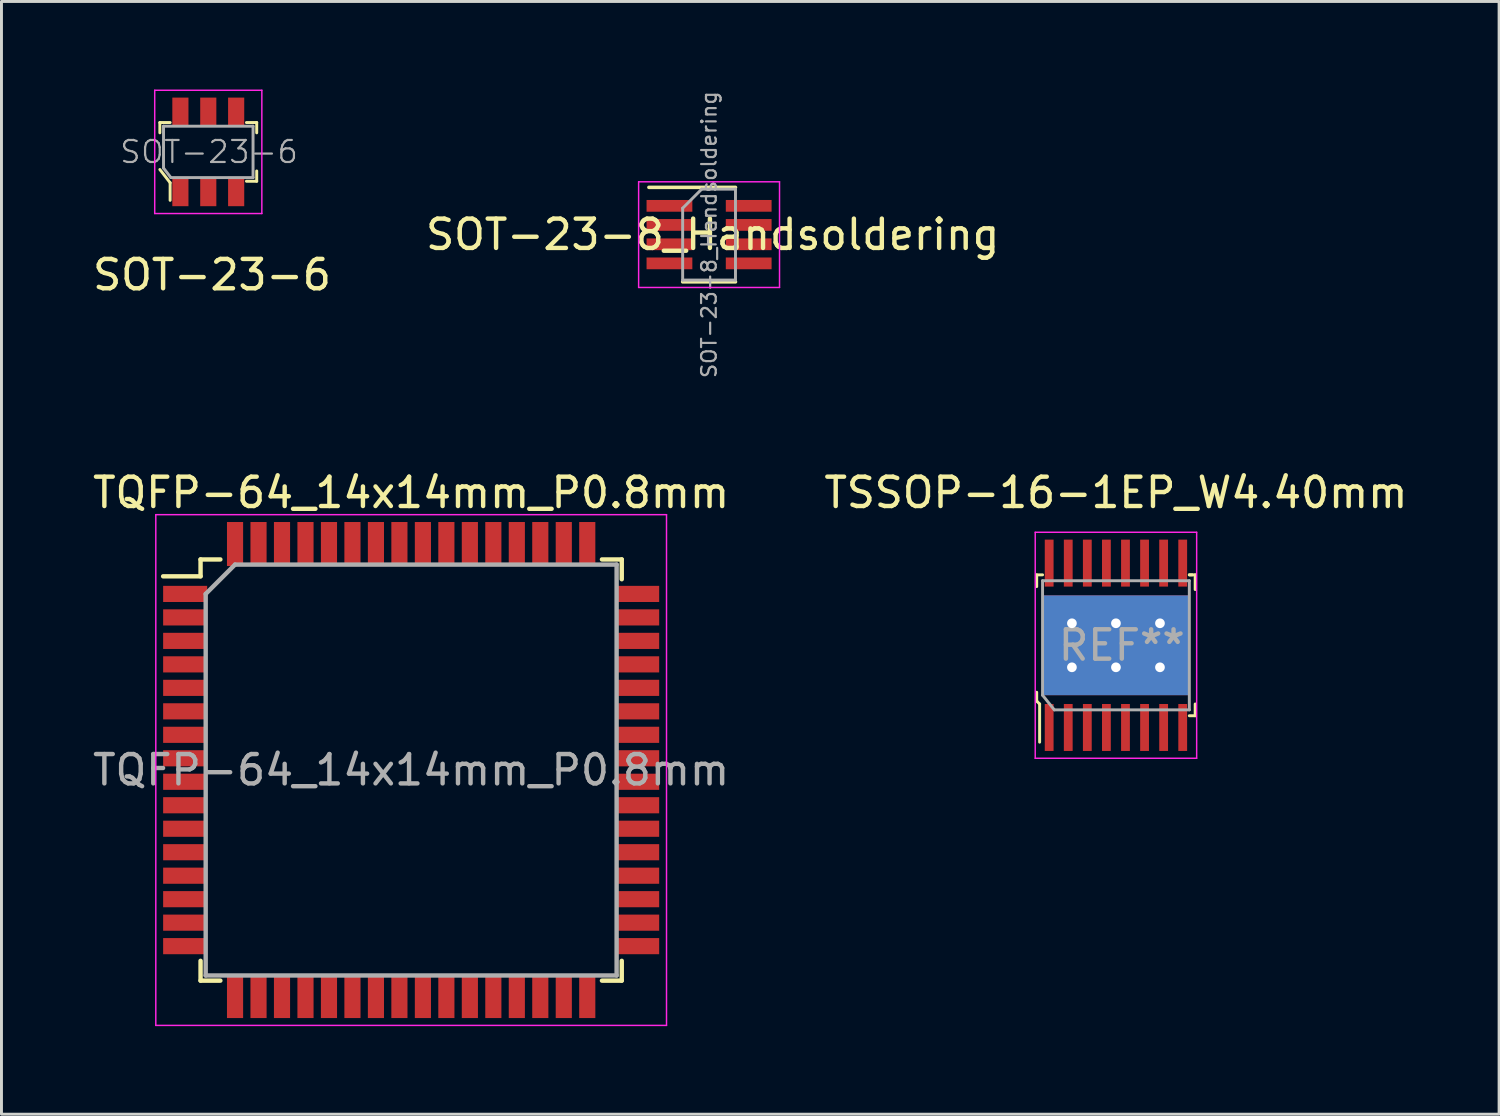
<source format=kicad_pcb>
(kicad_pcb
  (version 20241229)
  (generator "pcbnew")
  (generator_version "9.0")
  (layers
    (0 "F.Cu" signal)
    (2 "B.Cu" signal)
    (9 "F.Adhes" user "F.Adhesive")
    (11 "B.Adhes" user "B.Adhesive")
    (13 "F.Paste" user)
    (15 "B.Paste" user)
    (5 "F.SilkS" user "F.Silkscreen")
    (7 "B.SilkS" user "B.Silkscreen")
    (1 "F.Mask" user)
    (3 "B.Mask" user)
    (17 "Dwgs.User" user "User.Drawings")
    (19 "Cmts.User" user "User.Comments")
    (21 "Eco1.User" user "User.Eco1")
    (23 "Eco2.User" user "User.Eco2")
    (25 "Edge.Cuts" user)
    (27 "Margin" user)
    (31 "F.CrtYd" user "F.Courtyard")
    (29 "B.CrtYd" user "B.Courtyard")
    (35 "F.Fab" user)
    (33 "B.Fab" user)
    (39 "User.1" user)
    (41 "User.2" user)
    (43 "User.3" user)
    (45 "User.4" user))
  (footprint "TSSOP-16-1EP_W4.40mm"
    (layer "F.Cu")
    (at 34.97 18.935)
    (property "Reference" "TSSOP-16-1EP_W4.40mm" (at 0 -5.2 0) (layer "F.SilkS") (effects (font (size 1 1) (thickness 0.15))))
    (attr through_hole)
    (fp_line (start -2.7 -2.4) (end -2.7 -2) (stroke (width 0.1) (type solid)) (layer "F.SilkS"))
    (fp_line (start -2.7 1.6) (end -2.7 1.9) (stroke (width 0.1) (type solid)) (layer "F.SilkS"))
    (fp_line (start -2.7 1.9) (end -2.6 2) (stroke (width 0.1) (type solid)) (layer "F.SilkS"))
    (fp_line (start -2.6 2) (end -2.6 3.3) (stroke (width 0.1) (type solid)) (layer "F.SilkS"))
    (fp_line (start -2.5 -2.4) (end -2.7 -2.4) (stroke (width 0.1) (type solid)) (layer "F.SilkS"))
    (fp_line (start 2.5 -2.4) (end 2.7 -2.4) (stroke (width 0.1) (type solid)) (layer "F.SilkS"))
    (fp_line (start 2.5 2.4) (end 2.7 2.4) (stroke (width 0.1) (type solid)) (layer "F.SilkS"))
    (fp_line (start 2.6 -2.4) (end 2.5 -2.4) (stroke (width 0.1) (type solid)) (layer "F.SilkS"))
    (fp_line (start 2.7 -2.4) (end 2.7 -1.9) (stroke (width 0.1) (type solid)) (layer "F.SilkS"))
    (fp_line (start 2.7 2.4) (end 2.7 2) (stroke (width 0.1) (type solid)) (layer "F.SilkS"))
    (fp_line (start -2.75 -3.85) (end -2.75 3.85) (stroke (width 0.05) (type solid)) (layer "F.CrtYd"))
    (fp_line (start -2.75 -3.85) (end 2.75 -3.85) (stroke (width 0.05) (type solid)) (layer "F.CrtYd"))
    (fp_line (start -2.75 3.85) (end 2.75 3.85) (stroke (width 0.05) (type solid)) (layer "F.CrtYd"))
    (fp_line (start 2.75 -3.85) (end 2.75 3.85) (stroke (width 0.05) (type solid)) (layer "F.CrtYd"))
    (fp_line (start -2.5 1.7) (end -2.5 -2.2) (stroke (width 0.1) (type solid)) (layer "F.Fab"))
    (fp_line (start -2.5 1.7) (end -2.1 2.2) (stroke (width 0.1) (type solid)) (layer "F.Fab"))
    (fp_line (start -2.1 2.2) (end 2.5 2.2) (stroke (width 0.1) (type solid)) (layer "F.Fab"))
    (fp_line (start 2.5 -2.2) (end -2.5 -2.2) (stroke (width 0.1) (type solid)) (layer "F.Fab"))
    (fp_line (start 2.5 -2.2) (end 2.5 2.2) (stroke (width 0.1) (type solid)) (layer "F.Fab"))
    (fp_text user "REF**" (at 0.2 0 0) (layer "F.Fab") (effects (font (size 1 1) (thickness 0.15))))
    (pad "1" smd rect (at -2.275 2.8) (size 0.3 1.6) (layers "F.Cu" "F.Mask" "F.Paste"))
    (pad "2" smd rect (at -1.625 2.8) (size 0.3 1.6) (layers "F.Cu" "F.Mask" "F.Paste"))
    (pad "3" smd rect (at -0.975 2.8) (size 0.3 1.6) (layers "F.Cu" "F.Mask" "F.Paste"))
    (pad "4" smd rect (at -0.325 2.8) (size 0.3 1.6) (layers "F.Cu" "F.Mask" "F.Paste"))
    (pad "5" smd rect (at 0.325 2.8) (size 0.3 1.6) (layers "F.Cu" "F.Mask" "F.Paste"))
    (pad "6" smd rect (at 0.975 2.8) (size 0.3 1.6) (layers "F.Cu" "F.Mask" "F.Paste"))
    (pad "7" smd rect (at 1.625 2.8) (size 0.3 1.6) (layers "F.Cu" "F.Mask" "F.Paste"))
    (pad "8" smd rect (at 2.275 2.8) (size 0.3 1.6) (layers "F.Cu" "F.Mask" "F.Paste"))
    (pad "9" smd rect (at 2.275 -2.8) (size 0.3 1.6) (layers "F.Cu" "F.Mask" "F.Paste"))
    (pad "10" smd rect (at 1.625 -2.8) (size 0.3 1.6) (layers "F.Cu" "F.Mask" "F.Paste"))
    (pad "11" smd rect (at 0.975 -2.8) (size 0.3 1.6) (layers "F.Cu" "F.Mask" "F.Paste"))
    (pad "12" smd rect (at 0.325 -2.8) (size 0.3 1.6) (layers "F.Cu" "F.Mask" "F.Paste"))
    (pad "13" smd rect (at -0.325 -2.8) (size 0.3 1.6) (layers "F.Cu" "F.Mask" "F.Paste"))
    (pad "14" smd rect (at -0.975 -2.8) (size 0.3 1.6) (layers "F.Cu" "F.Mask" "F.Paste"))
    (pad "15" smd rect (at -1.625 -2.8) (size 0.3 1.6) (layers "F.Cu" "F.Mask" "F.Paste"))
    (pad "16" smd rect (at -2.275 -2.8) (size 0.3 1.6) (layers "F.Cu" "F.Mask" "F.Paste"))
    (pad "17" thru_hole circle (at -1.5 -0.75) (size 0.38 0.38) (drill 0.33) (layers "*.Cu" "*.Mask"))
    (pad "17" thru_hole circle (at -1.5 0.75) (size 0.38 0.38) (drill 0.33) (layers "*.Cu" "*.Mask"))
    (pad "17" thru_hole circle (at 0 -0.75) (size 0.38 0.38) (drill 0.33) (layers "*.Cu" "*.Mask"))
    (pad "17" smd rect (at 0 0) (size 2.31 2.46) (layers "F.Cu" "F.Mask" "F.Paste"))
    (pad "17" smd rect (at 0 0) (size 5 3.4) (layers "F.Cu"))
    (pad "17" smd rect (at 0 0) (size 5 3.4) (layers "B.Cu"))
    (pad "17" thru_hole circle (at 0 0.75) (size 0.38 0.38) (drill 0.33) (layers "*.Cu" "*.Mask"))
    (pad "17" thru_hole circle (at 1.5 -0.75) (size 0.38 0.38) (drill 0.33) (layers "*.Cu" "*.Mask"))
    (pad "17" thru_hole circle (at 1.5 0.75) (size 0.38 0.38) (drill 0.33) (layers "*.Cu" "*.Mask")))
  (footprint "SOT-23-8_Handsoldering"
    (layer "F.Cu")
    (at 21.108 4.943)
    (property "Reference" "SOT-23-8_Handsoldering" (at 0.124 -0.001 0) (layer "F.SilkS") (effects (font (size 1 1) (thickness 0.15))))
    (attr smd)
    (fp_line (start -0.9 1.61) (end 0.9 1.61) (stroke (width 0.12) (type solid)) (layer "F.SilkS"))
    (fp_line (start 0.9 -1.61) (end -2.05 -1.61) (stroke (width 0.12) (type solid)) (layer "F.SilkS"))
    (fp_line (start -2.4 -1.8) (end 2.4 -1.8) (stroke (width 0.05) (type solid)) (layer "F.CrtYd"))
    (fp_line (start -2.4 1.8) (end -2.4 -1.8) (stroke (width 0.05) (type solid)) (layer "F.CrtYd"))
    (fp_line (start 2.4 -1.8) (end 2.4 1.8) (stroke (width 0.05) (type solid)) (layer "F.CrtYd"))
    (fp_line (start 2.4 1.8) (end -2.4 1.8) (stroke (width 0.05) (type solid)) (layer "F.CrtYd"))
    (fp_line (start -0.9 -0.9) (end -0.9 1.55) (stroke (width 0.1) (type solid)) (layer "F.Fab"))
    (fp_line (start -0.9 -0.9) (end -0.25 -1.55) (stroke (width 0.1) (type solid)) (layer "F.Fab"))
    (fp_line (start 0.9 -1.55) (end -0.25 -1.55) (stroke (width 0.1) (type solid)) (layer "F.Fab"))
    (fp_line (start 0.9 -1.55) (end 0.9 1.55) (stroke (width 0.1) (type solid)) (layer "F.Fab"))
    (fp_line (start 0.9 1.55) (end -0.9 1.55) (stroke (width 0.1) (type solid)) (layer "F.Fab"))
    (fp_text user "${REFERENCE}" (at 0 0 90) (layer "F.Fab") (effects (font (size 0.5 0.5) (thickness 0.075))))
    (pad "1" smd rect (at -1.35 -0.98) (size 1.56 0.4) (layers "F.Cu" "F.Mask" "F.Paste"))
    (pad "2" smd rect (at -1.35 -0.33) (size 1.56 0.4) (layers "F.Cu" "F.Mask" "F.Paste"))
    (pad "3" smd rect (at -1.35 0.33) (size 1.56 0.4) (layers "F.Cu" "F.Mask" "F.Paste"))
    (pad "4" smd rect (at -1.35 0.98) (size 1.56 0.4) (layers "F.Cu" "F.Mask" "F.Paste"))
    (pad "5" smd rect (at 1.35 0.98) (size 1.56 0.4) (layers "F.Cu" "F.Mask" "F.Paste"))
    (pad "6" smd rect (at 1.35 0.33) (size 1.56 0.4) (layers "F.Cu" "F.Mask" "F.Paste"))
    (pad "7" smd rect (at 1.35 -0.33) (size 1.56 0.4) (layers "F.Cu" "F.Mask" "F.Paste"))
    (pad "8" smd rect (at 1.35 -0.98) (size 1.56 0.4) (layers "F.Cu" "F.Mask" "F.Paste")))
  (footprint "TQFP-64_14x14mm_P0.8mm"
    (layer "F.Cu")
    (at 10.958 23.185)
    (property "Reference" "TQFP-64_14x14mm_P0.8mm" (at 0 -9.45 0) (layer "F.SilkS") (effects (font (size 1 1) (thickness 0.15))))
    (attr smd)
    (fp_line (start -7.175 -7.175) (end -7.175 -6.6) (stroke (width 0.15) (type solid)) (layer "F.SilkS"))
    (fp_line (start -7.175 -7.175) (end -6.5 -7.175) (stroke (width 0.15) (type solid)) (layer "F.SilkS"))
    (fp_line (start -7.175 -6.6) (end -8.45 -6.6) (stroke (width 0.15) (type solid)) (layer "F.SilkS"))
    (fp_line (start -7.175 7.175) (end -7.175 6.5) (stroke (width 0.15) (type solid)) (layer "F.SilkS"))
    (fp_line (start -7.175 7.175) (end -6.5 7.175) (stroke (width 0.15) (type solid)) (layer "F.SilkS"))
    (fp_line (start 7.175 -7.175) (end 6.5 -7.175) (stroke (width 0.15) (type solid)) (layer "F.SilkS"))
    (fp_line (start 7.175 -7.175) (end 7.175 -6.5) (stroke (width 0.15) (type solid)) (layer "F.SilkS"))
    (fp_line (start 7.175 7.175) (end 6.5 7.175) (stroke (width 0.15) (type solid)) (layer "F.SilkS"))
    (fp_line (start 7.175 7.175) (end 7.175 6.5) (stroke (width 0.15) (type solid)) (layer "F.SilkS"))
    (fp_line (start -8.7 -8.7) (end -8.7 8.7) (stroke (width 0.05) (type solid)) (layer "F.CrtYd"))
    (fp_line (start -8.7 -8.7) (end 8.7 -8.7) (stroke (width 0.05) (type solid)) (layer "F.CrtYd"))
    (fp_line (start -8.7 8.7) (end 8.7 8.7) (stroke (width 0.05) (type solid)) (layer "F.CrtYd"))
    (fp_line (start 8.7 -8.7) (end 8.7 8.7) (stroke (width 0.05) (type solid)) (layer "F.CrtYd"))
    (fp_line (start -7 -6) (end -6 -7) (stroke (width 0.15) (type solid)) (layer "F.Fab"))
    (fp_line (start -7 7) (end -7 -6) (stroke (width 0.15) (type solid)) (layer "F.Fab"))
    (fp_line (start -6 -7) (end 7 -7) (stroke (width 0.15) (type solid)) (layer "F.Fab"))
    (fp_line (start 7 -7) (end 7 7) (stroke (width 0.15) (type solid)) (layer "F.Fab"))
    (fp_line (start 7 7) (end -7 7) (stroke (width 0.15) (type solid)) (layer "F.Fab"))
    (fp_text user "${REFERENCE}" (at 0 0 0) (layer "F.Fab") (effects (font (size 1 1) (thickness 0.15))))
    (pad "1" smd rect (at -7.7 -6) (size 1.5 0.55) (layers "F.Cu" "F.Mask" "F.Paste"))
    (pad "2" smd rect (at -7.7 -5.2) (size 1.5 0.55) (layers "F.Cu" "F.Mask" "F.Paste"))
    (pad "3" smd rect (at -7.7 -4.4) (size 1.5 0.55) (layers "F.Cu" "F.Mask" "F.Paste"))
    (pad "4" smd rect (at -7.7 -3.6) (size 1.5 0.55) (layers "F.Cu" "F.Mask" "F.Paste"))
    (pad "5" smd rect (at -7.7 -2.8) (size 1.5 0.55) (layers "F.Cu" "F.Mask" "F.Paste"))
    (pad "6" smd rect (at -7.7 -2) (size 1.5 0.55) (layers "F.Cu" "F.Mask" "F.Paste"))
    (pad "7" smd rect (at -7.7 -1.2) (size 1.5 0.55) (layers "F.Cu" "F.Mask" "F.Paste"))
    (pad "8" smd rect (at -7.7 -0.4) (size 1.5 0.55) (layers "F.Cu" "F.Mask" "F.Paste"))
    (pad "9" smd rect (at -7.7 0.4) (size 1.5 0.55) (layers "F.Cu" "F.Mask" "F.Paste"))
    (pad "10" smd rect (at -7.7 1.2) (size 1.5 0.55) (layers "F.Cu" "F.Mask" "F.Paste"))
    (pad "11" smd rect (at -7.7 2) (size 1.5 0.55) (layers "F.Cu" "F.Mask" "F.Paste"))
    (pad "12" smd rect (at -7.7 2.8) (size 1.5 0.55) (layers "F.Cu" "F.Mask" "F.Paste"))
    (pad "13" smd rect (at -7.7 3.6) (size 1.5 0.55) (layers "F.Cu" "F.Mask" "F.Paste"))
    (pad "14" smd rect (at -7.7 4.4) (size 1.5 0.55) (layers "F.Cu" "F.Mask" "F.Paste"))
    (pad "15" smd rect (at -7.7 5.2) (size 1.5 0.55) (layers "F.Cu" "F.Mask" "F.Paste"))
    (pad "16" smd rect (at -7.7 6) (size 1.5 0.55) (layers "F.Cu" "F.Mask" "F.Paste"))
    (pad "17" smd rect (at -6 7.7 90) (size 1.5 0.55) (layers "F.Cu" "F.Mask" "F.Paste"))
    (pad "18" smd rect (at -5.2 7.7 90) (size 1.5 0.55) (layers "F.Cu" "F.Mask" "F.Paste"))
    (pad "19" smd rect (at -4.4 7.7 90) (size 1.5 0.55) (layers "F.Cu" "F.Mask" "F.Paste"))
    (pad "20" smd rect (at -3.6 7.7 90) (size 1.5 0.55) (layers "F.Cu" "F.Mask" "F.Paste"))
    (pad "21" smd rect (at -2.8 7.7 90) (size 1.5 0.55) (layers "F.Cu" "F.Mask" "F.Paste"))
    (pad "22" smd rect (at -2 7.7 90) (size 1.5 0.55) (layers "F.Cu" "F.Mask" "F.Paste"))
    (pad "23" smd rect (at -1.2 7.7 90) (size 1.5 0.55) (layers "F.Cu" "F.Mask" "F.Paste"))
    (pad "24" smd rect (at -0.4 7.7 90) (size 1.5 0.55) (layers "F.Cu" "F.Mask" "F.Paste"))
    (pad "25" smd rect (at 0.4 7.7 90) (size 1.5 0.55) (layers "F.Cu" "F.Mask" "F.Paste"))
    (pad "26" smd rect (at 1.2 7.7 90) (size 1.5 0.55) (layers "F.Cu" "F.Mask" "F.Paste"))
    (pad "27" smd rect (at 2 7.7 90) (size 1.5 0.55) (layers "F.Cu" "F.Mask" "F.Paste"))
    (pad "28" smd rect (at 2.8 7.7 90) (size 1.5 0.55) (layers "F.Cu" "F.Mask" "F.Paste"))
    (pad "29" smd rect (at 3.6 7.7 90) (size 1.5 0.55) (layers "F.Cu" "F.Mask" "F.Paste"))
    (pad "30" smd rect (at 4.4 7.7 90) (size 1.5 0.55) (layers "F.Cu" "F.Mask" "F.Paste"))
    (pad "31" smd rect (at 5.2 7.7 90) (size 1.5 0.55) (layers "F.Cu" "F.Mask" "F.Paste"))
    (pad "32" smd rect (at 6 7.7 90) (size 1.5 0.55) (layers "F.Cu" "F.Mask" "F.Paste"))
    (pad "33" smd rect (at 7.7 6) (size 1.5 0.55) (layers "F.Cu" "F.Mask" "F.Paste"))
    (pad "34" smd rect (at 7.7 5.2) (size 1.5 0.55) (layers "F.Cu" "F.Mask" "F.Paste"))
    (pad "35" smd rect (at 7.7 4.4) (size 1.5 0.55) (layers "F.Cu" "F.Mask" "F.Paste"))
    (pad "36" smd rect (at 7.7 3.6) (size 1.5 0.55) (layers "F.Cu" "F.Mask" "F.Paste"))
    (pad "37" smd rect (at 7.7 2.8) (size 1.5 0.55) (layers "F.Cu" "F.Mask" "F.Paste"))
    (pad "38" smd rect (at 7.7 2) (size 1.5 0.55) (layers "F.Cu" "F.Mask" "F.Paste"))
    (pad "39" smd rect (at 7.7 1.2) (size 1.5 0.55) (layers "F.Cu" "F.Mask" "F.Paste"))
    (pad "40" smd rect (at 7.7 0.4) (size 1.5 0.55) (layers "F.Cu" "F.Mask" "F.Paste"))
    (pad "41" smd rect (at 7.7 -0.4) (size 1.5 0.55) (layers "F.Cu" "F.Mask" "F.Paste"))
    (pad "42" smd rect (at 7.7 -1.2) (size 1.5 0.55) (layers "F.Cu" "F.Mask" "F.Paste"))
    (pad "43" smd rect (at 7.7 -2) (size 1.5 0.55) (layers "F.Cu" "F.Mask" "F.Paste"))
    (pad "44" smd rect (at 7.7 -2.8) (size 1.5 0.55) (layers "F.Cu" "F.Mask" "F.Paste"))
    (pad "45" smd rect (at 7.7 -3.6) (size 1.5 0.55) (layers "F.Cu" "F.Mask" "F.Paste"))
    (pad "46" smd rect (at 7.7 -4.4) (size 1.5 0.55) (layers "F.Cu" "F.Mask" "F.Paste"))
    (pad "47" smd rect (at 7.7 -5.2) (size 1.5 0.55) (layers "F.Cu" "F.Mask" "F.Paste"))
    (pad "48" smd rect (at 7.7 -6) (size 1.5 0.55) (layers "F.Cu" "F.Mask" "F.Paste"))
    (pad "49" smd rect (at 6 -7.7 90) (size 1.5 0.55) (layers "F.Cu" "F.Mask" "F.Paste"))
    (pad "50" smd rect (at 5.2 -7.7 90) (size 1.5 0.55) (layers "F.Cu" "F.Mask" "F.Paste"))
    (pad "51" smd rect (at 4.4 -7.7 90) (size 1.5 0.55) (layers "F.Cu" "F.Mask" "F.Paste"))
    (pad "52" smd rect (at 3.6 -7.7 90) (size 1.5 0.55) (layers "F.Cu" "F.Mask" "F.Paste"))
    (pad "53" smd rect (at 2.8 -7.7 90) (size 1.5 0.55) (layers "F.Cu" "F.Mask" "F.Paste"))
    (pad "54" smd rect (at 2 -7.7 90) (size 1.5 0.55) (layers "F.Cu" "F.Mask" "F.Paste"))
    (pad "55" smd rect (at 1.2 -7.7 90) (size 1.5 0.55) (layers "F.Cu" "F.Mask" "F.Paste"))
    (pad "56" smd rect (at 0.4 -7.7 90) (size 1.5 0.55) (layers "F.Cu" "F.Mask" "F.Paste"))
    (pad "57" smd rect (at -0.4 -7.7 90) (size 1.5 0.55) (layers "F.Cu" "F.Mask" "F.Paste"))
    (pad "58" smd rect (at -1.2 -7.7 90) (size 1.5 0.55) (layers "F.Cu" "F.Mask" "F.Paste"))
    (pad "59" smd rect (at -2 -7.7 90) (size 1.5 0.55) (layers "F.Cu" "F.Mask" "F.Paste"))
    (pad "60" smd rect (at -2.8 -7.7 90) (size 1.5 0.55) (layers "F.Cu" "F.Mask" "F.Paste"))
    (pad "61" smd rect (at -3.6 -7.7 90) (size 1.5 0.55) (layers "F.Cu" "F.Mask" "F.Paste"))
    (pad "62" smd rect (at -4.4 -7.7 90) (size 1.5 0.55) (layers "F.Cu" "F.Mask" "F.Paste"))
    (pad "63" smd rect (at -5.2 -7.7 90) (size 1.5 0.55) (layers "F.Cu" "F.Mask" "F.Paste"))
    (pad "64" smd rect (at -6 -7.7 90) (size 1.5 0.55) (layers "F.Cu" "F.Mask" "F.Paste")))
  (footprint "SOT-23-6"
    (layer "F.Cu")
    (at 4.046 2.125)
    (property "Reference" "SOT-23-6" (at 0.127 4.191 0) (layer "F.SilkS") (effects (font (size 1 1) (thickness 0.15))))
    (attr through_hole)
    (fp_line (start -1.65 -1) (end -1.65 -0.65) (stroke (width 0.1) (type solid)) (layer "F.SilkS"))
    (fp_line (start -1.3 -1) (end -1.65 -1) (stroke (width 0.1) (type solid)) (layer "F.SilkS"))
    (fp_line (start -1.3 1.05) (end -1.65 0.6) (stroke (width 0.1) (type solid)) (layer "F.SilkS"))
    (fp_line (start -1.3 1.65) (end -1.3 1.05) (stroke (width 0.1) (type solid)) (layer "F.SilkS"))
    (fp_line (start 1.3 -1) (end 1.65 -1) (stroke (width 0.1) (type solid)) (layer "F.SilkS"))
    (fp_line (start 1.65 -1) (end 1.65 -0.65) (stroke (width 0.1) (type solid)) (layer "F.SilkS"))
    (fp_line (start 1.65 0.65) (end 1.65 1) (stroke (width 0.1) (type solid)) (layer "F.SilkS"))
    (fp_line (start 1.65 1) (end 1.3 1) (stroke (width 0.1) (type solid)) (layer "F.SilkS"))
    (fp_line (start -1.825 -2.1) (end 1.825 -2.1) (stroke (width 0.05) (type solid)) (layer "F.CrtYd"))
    (fp_line (start -1.825 2.1) (end -1.825 -2.1) (stroke (width 0.05) (type solid)) (layer "F.CrtYd"))
    (fp_line (start 1.825 -2.1) (end 1.825 2.1) (stroke (width 0.05) (type solid)) (layer "F.CrtYd"))
    (fp_line (start 1.825 2.1) (end -1.825 2.1) (stroke (width 0.05) (type solid)) (layer "F.CrtYd"))
    (fp_line (start -1.525 0.55) (end -1.525 -0.875) (stroke (width 0.1) (type solid)) (layer "F.Fab"))
    (fp_line (start -1.525 0.55) (end -1.275 0.875) (stroke (width 0.1) (type solid)) (layer "F.Fab"))
    (fp_line (start 1.525 -0.875) (end -1.525 -0.875) (stroke (width 0.1) (type solid)) (layer "F.Fab"))
    (fp_line (start 1.525 0.875) (end -1.275 0.875) (stroke (width 0.1) (type solid)) (layer "F.Fab"))
    (fp_line (start 1.525 0.875) (end 1.525 -0.875) (stroke (width 0.1) (type solid)) (layer "F.Fab"))
    (fp_text user "${REFERENCE}" (at 0.025 0 0) (layer "F.Fab") (effects (font (size 0.75 0.75) (thickness 0.075))))
    (pad "1" smd rect (at -0.95 1.35) (size 0.55 1) (layers "F.Cu" "F.Mask" "F.Paste"))
    (pad "2" smd rect (at 0 1.35) (size 0.55 1) (layers "F.Cu" "F.Mask" "F.Paste"))
    (pad "3" smd rect (at 0.95 1.35) (size 0.55 1) (layers "F.Cu" "F.Mask" "F.Paste"))
    (pad "4" smd rect (at 0.95 -1.35) (size 0.55 1) (layers "F.Cu" "F.Mask" "F.Paste"))
    (pad "5" smd rect (at 0 -1.35) (size 0.55 1) (layers "F.Cu" "F.Mask" "F.Paste"))
    (pad "6" smd rect (at -0.95 -1.35) (size 0.55 1) (layers "F.Cu" "F.Mask" "F.Paste")))
  (gr_rect
    (start -3 -3)
    (end 48.024 34.91)
    (stroke (width 0.1) (type default))
    (fill no)
    (layer "Edge.Cuts")))
</source>
